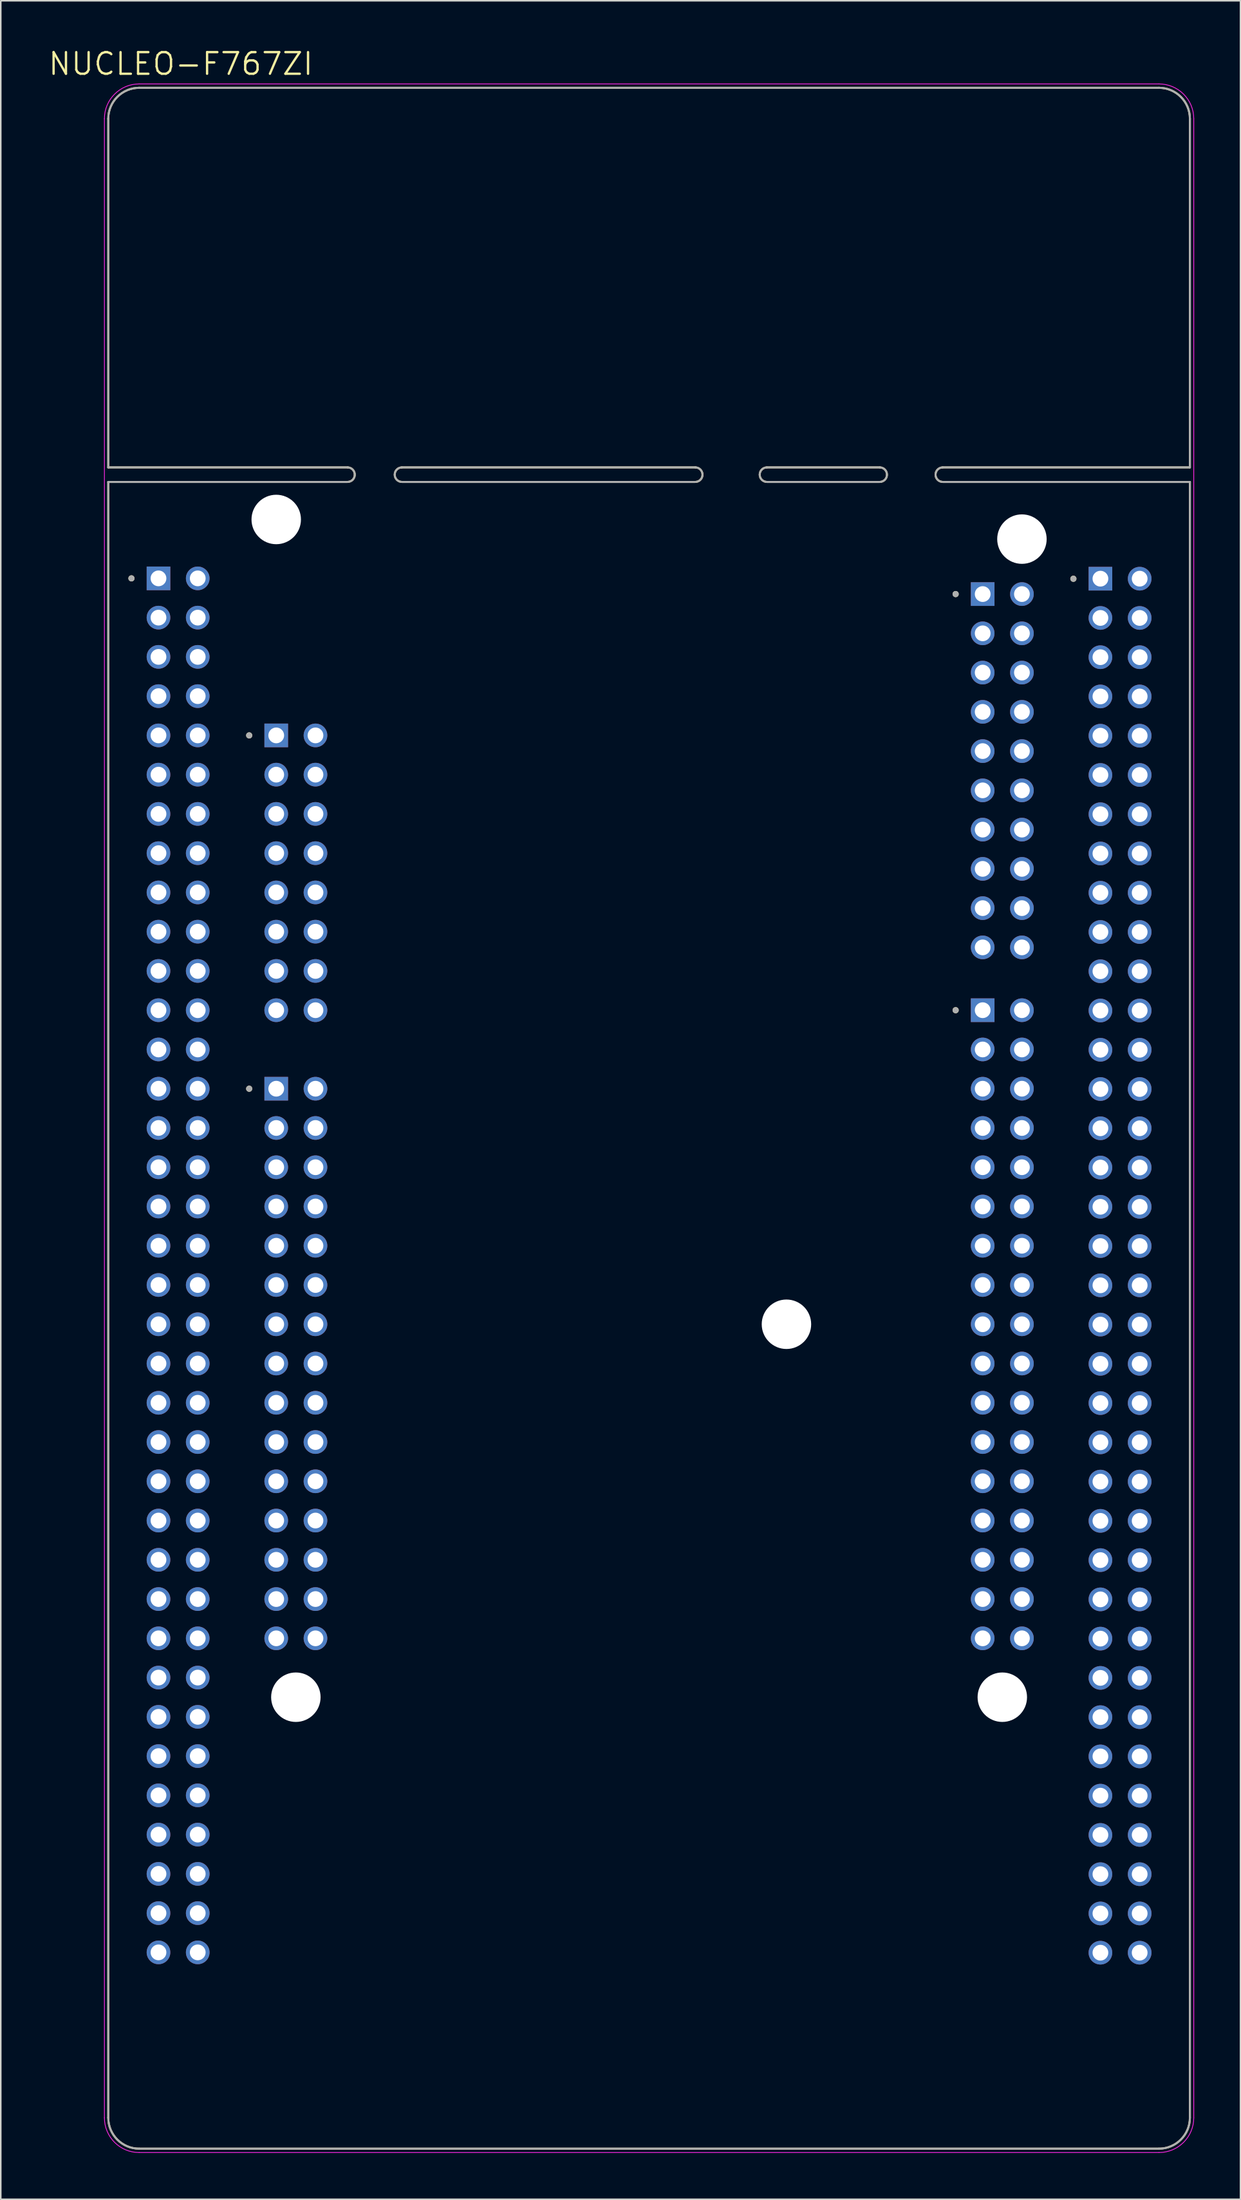
<source format=kicad_pcb>
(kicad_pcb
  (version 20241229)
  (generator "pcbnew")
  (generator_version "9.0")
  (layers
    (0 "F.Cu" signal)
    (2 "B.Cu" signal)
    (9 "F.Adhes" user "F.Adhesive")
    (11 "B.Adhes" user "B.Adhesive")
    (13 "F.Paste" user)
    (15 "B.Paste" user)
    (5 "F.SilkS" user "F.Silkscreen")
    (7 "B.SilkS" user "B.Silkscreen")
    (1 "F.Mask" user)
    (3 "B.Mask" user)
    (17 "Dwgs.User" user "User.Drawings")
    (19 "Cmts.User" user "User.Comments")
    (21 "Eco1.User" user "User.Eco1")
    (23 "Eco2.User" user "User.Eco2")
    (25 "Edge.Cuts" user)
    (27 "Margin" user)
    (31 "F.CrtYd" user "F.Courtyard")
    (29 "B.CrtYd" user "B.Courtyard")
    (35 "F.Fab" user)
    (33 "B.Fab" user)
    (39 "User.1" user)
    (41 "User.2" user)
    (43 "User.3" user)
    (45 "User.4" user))
  (footprint "NUCLEO-F767ZI"
    (layer "F.Cu")
    (at 38.957 69.301)
    (property "Reference" "NUCLEO-F767ZI" (at -30.305 -68.219 0) (layer "F.SilkS") (effects (font (size 1.4 1.4) (thickness 0.15))))
    (attr through_hole)
    (fp_line (start -35 -64.67) (end -35 -42.11) (stroke (width 0.127) (type solid)) (layer "F.SilkS"))
    (fp_line (start -35 -42.11) (end -19.507 -42.11) (stroke (width 0.127) (type solid)) (layer "F.SilkS"))
    (fp_line (start -35 -41.17) (end -35 64.67) (stroke (width 0.127) (type solid)) (layer "F.SilkS"))
    (fp_line (start -35 -41.17) (end -19.507 -41.17) (stroke (width 0.127) (type solid)) (layer "F.SilkS"))
    (fp_line (start -33 66.67) (end 33 66.67) (stroke (width 0.127) (type solid)) (layer "F.SilkS"))
    (fp_line (start -16.002 -42.11) (end 2.997 -42.11) (stroke (width 0.127) (type solid)) (layer "F.SilkS"))
    (fp_line (start -16.002 -41.17) (end 2.997 -41.17) (stroke (width 0.127) (type solid)) (layer "F.SilkS"))
    (fp_line (start 7.62 -42.11) (end 14.935 -42.11) (stroke (width 0.127) (type solid)) (layer "F.SilkS"))
    (fp_line (start 7.62 -41.17) (end 14.935 -41.17) (stroke (width 0.127) (type solid)) (layer "F.SilkS"))
    (fp_line (start 18.999 -42.11) (end 35 -42.11) (stroke (width 0.127) (type solid)) (layer "F.SilkS"))
    (fp_line (start 18.999 -41.17) (end 35 -41.17) (stroke (width 0.127) (type solid)) (layer "F.SilkS"))
    (fp_line (start 33 -66.67) (end -33 -66.67) (stroke (width 0.127) (type solid)) (layer "F.SilkS"))
    (fp_line (start 35 -42.11) (end 35 -64.67) (stroke (width 0.127) (type solid)) (layer "F.SilkS"))
    (fp_line (start 35 64.67) (end 35 -41.17) (stroke (width 0.127) (type solid)) (layer "F.SilkS"))
    (fp_arc (start -35 -64.67) (mid -34.414214 -66.084214) (end -33 -66.67) (stroke (width 0.127) (type solid)) (layer "F.SilkS"))
    (fp_arc (start -33 66.67) (mid -34.414214 66.084214) (end -35 64.67) (stroke (width 0.127) (type solid)) (layer "F.SilkS"))
    (fp_arc (start -19.507199 -42.11) (mid -19.044602 -41.64) (end -19.5072 -41.17) (stroke (width 0.127) (type solid)) (layer "F.SilkS"))
    (fp_arc (start -16.002001 -41.17) (mid -16.464598 -41.64) (end -16.002 -42.11) (stroke (width 0.127) (type solid)) (layer "F.SilkS"))
    (fp_arc (start 2.997201 -42.11) (mid 3.459798 -41.64) (end 2.9972 -41.17) (stroke (width 0.127) (type solid)) (layer "F.SilkS"))
    (fp_arc (start 7.619999 -41.17) (mid 7.157402 -41.64) (end 7.62 -42.11) (stroke (width 0.127) (type solid)) (layer "F.SilkS"))
    (fp_arc (start 14.935201 -42.11) (mid 15.397798 -41.64) (end 14.9352 -41.17) (stroke (width 0.127) (type solid)) (layer "F.SilkS"))
    (fp_arc (start 18.999199 -41.17) (mid 18.536602 -41.64) (end 18.9992 -42.11) (stroke (width 0.127) (type solid)) (layer "F.SilkS"))
    (fp_arc (start 33 -66.67) (mid 34.414214 -66.084214) (end 35 -64.67) (stroke (width 0.127) (type solid)) (layer "F.SilkS"))
    (fp_arc (start 35 64.67) (mid 34.414214 66.084214) (end 33 66.67) (stroke (width 0.127) (type solid)) (layer "F.SilkS"))
    (fp_circle (center -33.5 -34.93) (end -33.4 -34.93) (stroke (width 0.2) (type solid)) (fill no) (layer "F.SilkS"))
    (fp_circle (center -25.88 -24.77) (end -25.78 -24.77) (stroke (width 0.2) (type solid)) (fill no) (layer "F.SilkS"))
    (fp_circle (center -25.88 -1.91) (end -25.78 -1.91) (stroke (width 0.2) (type solid)) (fill no) (layer "F.SilkS"))
    (fp_circle (center 19.84 -33.914) (end 19.94 -33.914) (stroke (width 0.2) (type solid)) (fill no) (layer "F.SilkS"))
    (fp_circle (center 19.84 -6.99) (end 19.94 -6.99) (stroke (width 0.2) (type solid)) (fill no) (layer "F.SilkS"))
    (fp_circle (center 27.46 -34.905) (end 27.56 -34.905) (stroke (width 0.2) (type solid)) (fill no) (layer "F.SilkS"))
    (fp_line (start -35.25 -64.67) (end -35.25 64.67) (stroke (width 0.05) (type solid)) (layer "F.CrtYd"))
    (fp_line (start -33 66.92) (end 33 66.92) (stroke (width 0.05) (type solid)) (layer "F.CrtYd"))
    (fp_line (start 33 -66.92) (end -33 -66.92) (stroke (width 0.05) (type solid)) (layer "F.CrtYd"))
    (fp_line (start 35.25 64.67) (end 35.25 -64.67) (stroke (width 0.05) (type solid)) (layer "F.CrtYd"))
    (fp_arc (start -35.25 -64.67) (mid -34.59099 -66.26099) (end -33 -66.92) (stroke (width 0.05) (type solid)) (layer "F.CrtYd"))
    (fp_arc (start -33 66.92) (mid -34.59099 66.26099) (end -35.25 64.67) (stroke (width 0.05) (type solid)) (layer "F.CrtYd"))
    (fp_arc (start 33 -66.92) (mid 34.59099 -66.26099) (end 35.25 -64.67) (stroke (width 0.05) (type solid)) (layer "F.CrtYd"))
    (fp_arc (start 35.25 64.67) (mid 34.59099 66.26099) (end 33 66.92) (stroke (width 0.05) (type solid)) (layer "F.CrtYd"))
    (fp_line (start -35 -64.67) (end -35 -42.11) (stroke (width 0.127) (type solid)) (layer "F.Fab"))
    (fp_line (start -35 -42.11) (end -19.507 -42.11) (stroke (width 0.127) (type solid)) (layer "F.Fab"))
    (fp_line (start -35 -41.17) (end -35 64.67) (stroke (width 0.127) (type solid)) (layer "F.Fab"))
    (fp_line (start -35 -41.17) (end -19.507 -41.17) (stroke (width 0.127) (type solid)) (layer "F.Fab"))
    (fp_line (start -33 66.67) (end 33 66.67) (stroke (width 0.127) (type solid)) (layer "F.Fab"))
    (fp_line (start -16.002 -42.11) (end 2.997 -42.11) (stroke (width 0.127) (type solid)) (layer "F.Fab"))
    (fp_line (start -16.002 -41.17) (end 2.997 -41.17) (stroke (width 0.127) (type solid)) (layer "F.Fab"))
    (fp_line (start 7.62 -42.11) (end 14.935 -42.11) (stroke (width 0.127) (type solid)) (layer "F.Fab"))
    (fp_line (start 7.62 -41.17) (end 14.935 -41.17) (stroke (width 0.127) (type solid)) (layer "F.Fab"))
    (fp_line (start 18.999 -42.11) (end 35 -42.11) (stroke (width 0.127) (type solid)) (layer "F.Fab"))
    (fp_line (start 18.999 -41.17) (end 35 -41.17) (stroke (width 0.127) (type solid)) (layer "F.Fab"))
    (fp_line (start 33 -66.67) (end -33 -66.67) (stroke (width 0.127) (type solid)) (layer "F.Fab"))
    (fp_line (start 35 -42.11) (end 35 -64.67) (stroke (width 0.127) (type solid)) (layer "F.Fab"))
    (fp_line (start 35 64.67) (end 35 -41.17) (stroke (width 0.127) (type solid)) (layer "F.Fab"))
    (fp_arc (start -35 -64.67) (mid -34.414214 -66.084214) (end -33 -66.67) (stroke (width 0.127) (type solid)) (layer "F.Fab"))
    (fp_arc (start -33 66.67) (mid -34.414214 66.084214) (end -35 64.67) (stroke (width 0.127) (type solid)) (layer "F.Fab"))
    (fp_arc (start -19.507199 -42.11) (mid -19.044602 -41.64) (end -19.5072 -41.17) (stroke (width 0.127) (type solid)) (layer "F.Fab"))
    (fp_arc (start -16.002001 -41.17) (mid -16.464598 -41.64) (end -16.002 -42.11) (stroke (width 0.127) (type solid)) (layer "F.Fab"))
    (fp_arc (start 2.997201 -42.11) (mid 3.459798 -41.64) (end 2.9972 -41.17) (stroke (width 0.127) (type solid)) (layer "F.Fab"))
    (fp_arc (start 7.619999 -41.17) (mid 7.157402 -41.64) (end 7.62 -42.11) (stroke (width 0.127) (type solid)) (layer "F.Fab"))
    (fp_arc (start 14.935201 -42.11) (mid 15.397798 -41.64) (end 14.9352 -41.17) (stroke (width 0.127) (type solid)) (layer "F.Fab"))
    (fp_arc (start 18.999199 -41.17) (mid 18.536602 -41.64) (end 18.9992 -42.11) (stroke (width 0.127) (type solid)) (layer "F.Fab"))
    (fp_arc (start 33 -66.67) (mid 34.414214 -66.084214) (end 35 -64.67) (stroke (width 0.127) (type solid)) (layer "F.Fab"))
    (fp_arc (start 35 64.67) (mid 34.414214 66.084214) (end 33 66.67) (stroke (width 0.127) (type solid)) (layer "F.Fab"))
    (fp_circle (center -33.5 -34.93) (end -33.4 -34.93) (stroke (width 0.2) (type solid)) (fill no) (layer "F.Fab"))
    (fp_circle (center -25.88 -24.77) (end -25.78 -24.77) (stroke (width 0.2) (type solid)) (fill no) (layer "F.Fab"))
    (fp_circle (center -25.88 -1.91) (end -25.78 -1.91) (stroke (width 0.2) (type solid)) (fill no) (layer "F.Fab"))
    (fp_circle (center 19.84 -33.914) (end 19.94 -33.914) (stroke (width 0.2) (type solid)) (fill no) (layer "F.Fab"))
    (fp_circle (center 19.84 -6.99) (end 19.94 -6.99) (stroke (width 0.2) (type solid)) (fill no) (layer "F.Fab"))
    (fp_circle (center 27.46 -34.905) (end 27.56 -34.905) (stroke (width 0.2) (type solid)) (fill no) (layer "F.Fab"))
    (pad "" np_thru_hole circle (at -24.13 -38.74) (size 3.2 3.2) (drill 3.2) (layers "*.Cu" "*.Mask"))
    (pad "" np_thru_hole circle (at -22.86 37.46) (size 3.2 3.2) (drill 3.2) (layers "*.Cu" "*.Mask"))
    (pad "" np_thru_hole circle (at 8.89 13.33) (size 3.2 3.2) (drill 3.2) (layers "*.Cu" "*.Mask"))
    (pad "" np_thru_hole circle (at 22.86 37.46) (size 3.2 3.2) (drill 3.2) (layers "*.Cu" "*.Mask"))
    (pad "" np_thru_hole circle (at 24.13 -37.47) (size 3.2 3.2) (drill 3.2) (layers "*.Cu" "*.Mask"))
    (pad "CN7_1" thru_hole rect (at 21.59 -33.914) (size 1.53 1.53) (drill 1.02) (layers "*.Cu" "*.Mask"))
    (pad "CN7_2" thru_hole circle (at 24.13 -33.914) (size 1.53 1.53) (drill 1.02) (layers "*.Cu" "*.Mask"))
    (pad "CN7_3" thru_hole circle (at 21.59 -31.374) (size 1.53 1.53) (drill 1.02) (layers "*.Cu" "*.Mask"))
    (pad "CN7_4" thru_hole circle (at 24.13 -31.374) (size 1.53 1.53) (drill 1.02) (layers "*.Cu" "*.Mask"))
    (pad "CN7_5" thru_hole circle (at 21.59 -28.834) (size 1.53 1.53) (drill 1.02) (layers "*.Cu" "*.Mask"))
    (pad "CN7_6" thru_hole circle (at 24.13 -28.834) (size 1.53 1.53) (drill 1.02) (layers "*.Cu" "*.Mask"))
    (pad "CN7_7" thru_hole circle (at 21.59 -26.294) (size 1.53 1.53) (drill 1.02) (layers "*.Cu" "*.Mask"))
    (pad "CN7_8" thru_hole circle (at 24.13 -26.294) (size 1.53 1.53) (drill 1.02) (layers "*.Cu" "*.Mask"))
    (pad "CN7_9" thru_hole circle (at 21.59 -23.754) (size 1.53 1.53) (drill 1.02) (layers "*.Cu" "*.Mask"))
    (pad "CN7_10" thru_hole circle (at 24.13 -23.754) (size 1.53 1.53) (drill 1.02) (layers "*.Cu" "*.Mask"))
    (pad "CN7_11" thru_hole circle (at 21.59 -21.214) (size 1.53 1.53) (drill 1.02) (layers "*.Cu" "*.Mask"))
    (pad "CN7_12" thru_hole circle (at 24.13 -21.214) (size 1.53 1.53) (drill 1.02) (layers "*.Cu" "*.Mask"))
    (pad "CN7_13" thru_hole circle (at 21.59 -18.674) (size 1.53 1.53) (drill 1.02) (layers "*.Cu" "*.Mask"))
    (pad "CN7_14" thru_hole circle (at 24.13 -18.674) (size 1.53 1.53) (drill 1.02) (layers "*.Cu" "*.Mask"))
    (pad "CN7_15" thru_hole circle (at 21.59 -16.134) (size 1.53 1.53) (drill 1.02) (layers "*.Cu" "*.Mask"))
    (pad "CN7_16" thru_hole circle (at 24.13 -16.134) (size 1.53 1.53) (drill 1.02) (layers "*.Cu" "*.Mask"))
    (pad "CN7_17" thru_hole circle (at 21.59 -13.594) (size 1.53 1.53) (drill 1.02) (layers "*.Cu" "*.Mask"))
    (pad "CN7_18" thru_hole circle (at 24.13 -13.594) (size 1.53 1.53) (drill 1.02) (layers "*.Cu" "*.Mask"))
    (pad "CN7_19" thru_hole circle (at 21.59 -11.054) (size 1.53 1.53) (drill 1.02) (layers "*.Cu" "*.Mask"))
    (pad "CN7_20" thru_hole circle (at 24.13 -11.054) (size 1.53 1.53) (drill 1.02) (layers "*.Cu" "*.Mask"))
    (pad "CN8_1" thru_hole rect (at -24.13 -24.77) (size 1.53 1.53) (drill 1.02) (layers "*.Cu" "*.Mask"))
    (pad "CN8_2" thru_hole circle (at -21.59 -24.77) (size 1.53 1.53) (drill 1.02) (layers "*.Cu" "*.Mask"))
    (pad "CN8_3" thru_hole circle (at -24.13 -22.23) (size 1.53 1.53) (drill 1.02) (layers "*.Cu" "*.Mask"))
    (pad "CN8_4" thru_hole circle (at -21.59 -22.23) (size 1.53 1.53) (drill 1.02) (layers "*.Cu" "*.Mask"))
    (pad "CN8_5" thru_hole circle (at -24.13 -19.69) (size 1.53 1.53) (drill 1.02) (layers "*.Cu" "*.Mask"))
    (pad "CN8_6" thru_hole circle (at -21.59 -19.69) (size 1.53 1.53) (drill 1.02) (layers "*.Cu" "*.Mask"))
    (pad "CN8_7" thru_hole circle (at -24.13 -17.15) (size 1.53 1.53) (drill 1.02) (layers "*.Cu" "*.Mask"))
    (pad "CN8_8" thru_hole circle (at -21.59 -17.15) (size 1.53 1.53) (drill 1.02) (layers "*.Cu" "*.Mask"))
    (pad "CN8_9" thru_hole circle (at -24.13 -14.61) (size 1.53 1.53) (drill 1.02) (layers "*.Cu" "*.Mask"))
    (pad "CN8_10" thru_hole circle (at -21.59 -14.61) (size 1.53 1.53) (drill 1.02) (layers "*.Cu" "*.Mask"))
    (pad "CN8_11" thru_hole circle (at -24.13 -12.07) (size 1.53 1.53) (drill 1.02) (layers "*.Cu" "*.Mask"))
    (pad "CN8_12" thru_hole circle (at -21.59 -12.07) (size 1.53 1.53) (drill 1.02) (layers "*.Cu" "*.Mask"))
    (pad "CN8_13" thru_hole circle (at -24.13 -9.53) (size 1.53 1.53) (drill 1.02) (layers "*.Cu" "*.Mask"))
    (pad "CN8_14" thru_hole circle (at -21.59 -9.53) (size 1.53 1.53) (drill 1.02) (layers "*.Cu" "*.Mask"))
    (pad "CN8_15" thru_hole circle (at -24.13 -6.99) (size 1.53 1.53) (drill 1.02) (layers "*.Cu" "*.Mask"))
    (pad "CN8_16" thru_hole circle (at -21.59 -6.99) (size 1.53 1.53) (drill 1.02) (layers "*.Cu" "*.Mask"))
    (pad "CN9_1" thru_hole rect (at -24.13 -1.91) (size 1.53 1.53) (drill 1.02) (layers "*.Cu" "*.Mask"))
    (pad "CN9_2" thru_hole circle (at -21.59 -1.91) (size 1.53 1.53) (drill 1.02) (layers "*.Cu" "*.Mask"))
    (pad "CN9_3" thru_hole circle (at -24.13 0.63) (size 1.53 1.53) (drill 1.02) (layers "*.Cu" "*.Mask"))
    (pad "CN9_4" thru_hole circle (at -21.59 0.63) (size 1.53 1.53) (drill 1.02) (layers "*.Cu" "*.Mask"))
    (pad "CN9_5" thru_hole circle (at -24.13 3.17) (size 1.53 1.53) (drill 1.02) (layers "*.Cu" "*.Mask"))
    (pad "CN9_6" thru_hole circle (at -21.59 3.17) (size 1.53 1.53) (drill 1.02) (layers "*.Cu" "*.Mask"))
    (pad "CN9_7" thru_hole circle (at -24.13 5.71) (size 1.53 1.53) (drill 1.02) (layers "*.Cu" "*.Mask"))
    (pad "CN9_8" thru_hole circle (at -21.59 5.71) (size 1.53 1.53) (drill 1.02) (layers "*.Cu" "*.Mask"))
    (pad "CN9_9" thru_hole circle (at -24.13 8.25) (size 1.53 1.53) (drill 1.02) (layers "*.Cu" "*.Mask"))
    (pad "CN9_10" thru_hole circle (at -21.59 8.25) (size 1.53 1.53) (drill 1.02) (layers "*.Cu" "*.Mask"))
    (pad "CN9_11" thru_hole circle (at -24.13 10.79) (size 1.53 1.53) (drill 1.02) (layers "*.Cu" "*.Mask"))
    (pad "CN9_12" thru_hole circle (at -21.59 10.79) (size 1.53 1.53) (drill 1.02) (layers "*.Cu" "*.Mask"))
    (pad "CN9_13" thru_hole circle (at -24.13 13.33) (size 1.53 1.53) (drill 1.02) (layers "*.Cu" "*.Mask"))
    (pad "CN9_14" thru_hole circle (at -21.59 13.33) (size 1.53 1.53) (drill 1.02) (layers "*.Cu" "*.Mask"))
    (pad "CN9_15" thru_hole circle (at -24.13 15.87) (size 1.53 1.53) (drill 1.02) (layers "*.Cu" "*.Mask"))
    (pad "CN9_16" thru_hole circle (at -21.59 15.87) (size 1.53 1.53) (drill 1.02) (layers "*.Cu" "*.Mask"))
    (pad "CN9_17" thru_hole circle (at -24.13 18.41) (size 1.53 1.53) (drill 1.02) (layers "*.Cu" "*.Mask"))
    (pad "CN9_18" thru_hole circle (at -21.59 18.41) (size 1.53 1.53) (drill 1.02) (layers "*.Cu" "*.Mask"))
    (pad "CN9_19" thru_hole circle (at -24.13 20.95) (size 1.53 1.53) (drill 1.02) (layers "*.Cu" "*.Mask"))
    (pad "CN9_20" thru_hole circle (at -21.59 20.95) (size 1.53 1.53) (drill 1.02) (layers "*.Cu" "*.Mask"))
    (pad "CN9_21" thru_hole circle (at -24.13 23.49) (size 1.53 1.53) (drill 1.02) (layers "*.Cu" "*.Mask"))
    (pad "CN9_22" thru_hole circle (at -21.59 23.49) (size 1.53 1.53) (drill 1.02) (layers "*.Cu" "*.Mask"))
    (pad "CN9_23" thru_hole circle (at -24.13 26.03) (size 1.53 1.53) (drill 1.02) (layers "*.Cu" "*.Mask"))
    (pad "CN9_24" thru_hole circle (at -21.59 26.03) (size 1.53 1.53) (drill 1.02) (layers "*.Cu" "*.Mask"))
    (pad "CN9_25" thru_hole circle (at -24.13 28.57) (size 1.53 1.53) (drill 1.02) (layers "*.Cu" "*.Mask"))
    (pad "CN9_26" thru_hole circle (at -21.59 28.57) (size 1.53 1.53) (drill 1.02) (layers "*.Cu" "*.Mask"))
    (pad "CN9_27" thru_hole circle (at -24.13 31.11) (size 1.53 1.53) (drill 1.02) (layers "*.Cu" "*.Mask"))
    (pad "CN9_28" thru_hole circle (at -21.59 31.11) (size 1.53 1.53) (drill 1.02) (layers "*.Cu" "*.Mask"))
    (pad "CN9_29" thru_hole circle (at -24.13 33.65) (size 1.53 1.53) (drill 1.02) (layers "*.Cu" "*.Mask"))
    (pad "CN9_30" thru_hole circle (at -21.59 33.65) (size 1.53 1.53) (drill 1.02) (layers "*.Cu" "*.Mask"))
    (pad "CN10_1" thru_hole rect (at 21.59 -6.99) (size 1.53 1.53) (drill 1.02) (layers "*.Cu" "*.Mask"))
    (pad "CN10_2" thru_hole circle (at 24.13 -6.99) (size 1.53 1.53) (drill 1.02) (layers "*.Cu" "*.Mask"))
    (pad "CN10_3" thru_hole circle (at 21.59 -4.45) (size 1.53 1.53) (drill 1.02) (layers "*.Cu" "*.Mask"))
    (pad "CN10_4" thru_hole circle (at 24.13 -4.45) (size 1.53 1.53) (drill 1.02) (layers "*.Cu" "*.Mask"))
    (pad "CN10_5" thru_hole circle (at 21.59 -1.91) (size 1.53 1.53) (drill 1.02) (layers "*.Cu" "*.Mask"))
    (pad "CN10_6" thru_hole circle (at 24.13 -1.91) (size 1.53 1.53) (drill 1.02) (layers "*.Cu" "*.Mask"))
    (pad "CN10_7" thru_hole circle (at 21.59 0.63) (size 1.53 1.53) (drill 1.02) (layers "*.Cu" "*.Mask"))
    (pad "CN10_8" thru_hole circle (at 24.13 0.63) (size 1.53 1.53) (drill 1.02) (layers "*.Cu" "*.Mask"))
    (pad "CN10_9" thru_hole circle (at 21.59 3.17) (size 1.53 1.53) (drill 1.02) (layers "*.Cu" "*.Mask"))
    (pad "CN10_10" thru_hole circle (at 24.13 3.17) (size 1.53 1.53) (drill 1.02) (layers "*.Cu" "*.Mask"))
    (pad "CN10_11" thru_hole circle (at 21.59 5.71) (size 1.53 1.53) (drill 1.02) (layers "*.Cu" "*.Mask"))
    (pad "CN10_12" thru_hole circle (at 24.13 5.71) (size 1.53 1.53) (drill 1.02) (layers "*.Cu" "*.Mask"))
    (pad "CN10_13" thru_hole circle (at 21.59 8.25) (size 1.53 1.53) (drill 1.02) (layers "*.Cu" "*.Mask"))
    (pad "CN10_14" thru_hole circle (at 24.13 8.25) (size 1.53 1.53) (drill 1.02) (layers "*.Cu" "*.Mask"))
    (pad "CN10_15" thru_hole circle (at 21.59 10.79) (size 1.53 1.53) (drill 1.02) (layers "*.Cu" "*.Mask"))
    (pad "CN10_16" thru_hole circle (at 24.13 10.79) (size 1.53 1.53) (drill 1.02) (layers "*.Cu" "*.Mask"))
    (pad "CN10_17" thru_hole circle (at 21.59 13.33) (size 1.53 1.53) (drill 1.02) (layers "*.Cu" "*.Mask"))
    (pad "CN10_18" thru_hole circle (at 24.13 13.33) (size 1.53 1.53) (drill 1.02) (layers "*.Cu" "*.Mask"))
    (pad "CN10_19" thru_hole circle (at 21.59 15.87) (size 1.53 1.53) (drill 1.02) (layers "*.Cu" "*.Mask"))
    (pad "CN10_20" thru_hole circle (at 24.13 15.87) (size 1.53 1.53) (drill 1.02) (layers "*.Cu" "*.Mask"))
    (pad "CN10_21" thru_hole circle (at 21.59 18.41) (size 1.53 1.53) (drill 1.02) (layers "*.Cu" "*.Mask"))
    (pad "CN10_22" thru_hole circle (at 24.13 18.41) (size 1.53 1.53) (drill 1.02) (layers "*.Cu" "*.Mask"))
    (pad "CN10_23" thru_hole circle (at 21.59 20.95) (size 1.53 1.53) (drill 1.02) (layers "*.Cu" "*.Mask"))
    (pad "CN10_24" thru_hole circle (at 24.13 20.95) (size 1.53 1.53) (drill 1.02) (layers "*.Cu" "*.Mask"))
    (pad "CN10_25" thru_hole circle (at 21.59 23.49) (size 1.53 1.53) (drill 1.02) (layers "*.Cu" "*.Mask"))
    (pad "CN10_26" thru_hole circle (at 24.13 23.49) (size 1.53 1.53) (drill 1.02) (layers "*.Cu" "*.Mask"))
    (pad "CN10_27" thru_hole circle (at 21.59 26.03) (size 1.53 1.53) (drill 1.02) (layers "*.Cu" "*.Mask"))
    (pad "CN10_28" thru_hole circle (at 24.13 26.03) (size 1.53 1.53) (drill 1.02) (layers "*.Cu" "*.Mask"))
    (pad "CN10_29" thru_hole circle (at 21.59 28.57) (size 1.53 1.53) (drill 1.02) (layers "*.Cu" "*.Mask"))
    (pad "CN10_30" thru_hole circle (at 24.13 28.57) (size 1.53 1.53) (drill 1.02) (layers "*.Cu" "*.Mask"))
    (pad "CN10_31" thru_hole circle (at 21.59 31.11) (size 1.53 1.53) (drill 1.02) (layers "*.Cu" "*.Mask"))
    (pad "CN10_32" thru_hole circle (at 24.13 31.11) (size 1.53 1.53) (drill 1.02) (layers "*.Cu" "*.Mask"))
    (pad "CN10_33" thru_hole circle (at 21.59 33.65) (size 1.53 1.53) (drill 1.02) (layers "*.Cu" "*.Mask"))
    (pad "CN10_34" thru_hole circle (at 24.13 33.65) (size 1.53 1.53) (drill 1.02) (layers "*.Cu" "*.Mask"))
    (pad "CN11_1" thru_hole rect (at -31.75 -34.93) (size 1.53 1.53) (drill 1.02) (layers "*.Cu" "*.Mask"))
    (pad "CN11_2" thru_hole circle (at -29.21 -34.93) (size 1.53 1.53) (drill 1.02) (layers "*.Cu" "*.Mask"))
    (pad "CN11_3" thru_hole circle (at -31.75 -32.39) (size 1.53 1.53) (drill 1.02) (layers "*.Cu" "*.Mask"))
    (pad "CN11_4" thru_hole circle (at -29.21 -32.39) (size 1.53 1.53) (drill 1.02) (layers "*.Cu" "*.Mask"))
    (pad "CN11_5" thru_hole circle (at -31.75 -29.85) (size 1.53 1.53) (drill 1.02) (layers "*.Cu" "*.Mask"))
    (pad "CN11_6" thru_hole circle (at -29.21 -29.85) (size 1.53 1.53) (drill 1.02) (layers "*.Cu" "*.Mask"))
    (pad "CN11_7" thru_hole circle (at -31.75 -27.31) (size 1.53 1.53) (drill 1.02) (layers "*.Cu" "*.Mask"))
    (pad "CN11_8" thru_hole circle (at -29.21 -27.31) (size 1.53 1.53) (drill 1.02) (layers "*.Cu" "*.Mask"))
    (pad "CN11_9" thru_hole circle (at -31.75 -24.77) (size 1.53 1.53) (drill 1.02) (layers "*.Cu" "*.Mask"))
    (pad "CN11_10" thru_hole circle (at -29.21 -24.77) (size 1.53 1.53) (drill 1.02) (layers "*.Cu" "*.Mask"))
    (pad "CN11_11" thru_hole circle (at -31.75 -22.23) (size 1.53 1.53) (drill 1.02) (layers "*.Cu" "*.Mask"))
    (pad "CN11_12" thru_hole circle (at -29.21 -22.23) (size 1.53 1.53) (drill 1.02) (layers "*.Cu" "*.Mask"))
    (pad "CN11_13" thru_hole circle (at -31.75 -19.69) (size 1.53 1.53) (drill 1.02) (layers "*.Cu" "*.Mask"))
    (pad "CN11_14" thru_hole circle (at -29.21 -19.69) (size 1.53 1.53) (drill 1.02) (layers "*.Cu" "*.Mask"))
    (pad "CN11_15" thru_hole circle (at -31.75 -17.15) (size 1.53 1.53) (drill 1.02) (layers "*.Cu" "*.Mask"))
    (pad "CN11_16" thru_hole circle (at -29.21 -17.15) (size 1.53 1.53) (drill 1.02) (layers "*.Cu" "*.Mask"))
    (pad "CN11_17" thru_hole circle (at -31.75 -14.61) (size 1.53 1.53) (drill 1.02) (layers "*.Cu" "*.Mask"))
    (pad "CN11_18" thru_hole circle (at -29.21 -14.61) (size 1.53 1.53) (drill 1.02) (layers "*.Cu" "*.Mask"))
    (pad "CN11_19" thru_hole circle (at -31.75 -12.07) (size 1.53 1.53) (drill 1.02) (layers "*.Cu" "*.Mask"))
    (pad "CN11_20" thru_hole circle (at -29.21 -12.07) (size 1.53 1.53) (drill 1.02) (layers "*.Cu" "*.Mask"))
    (pad "CN11_21" thru_hole circle (at -31.75 -9.53) (size 1.53 1.53) (drill 1.02) (layers "*.Cu" "*.Mask"))
    (pad "CN11_22" thru_hole circle (at -29.21 -9.53) (size 1.53 1.53) (drill 1.02) (layers "*.Cu" "*.Mask"))
    (pad "CN11_23" thru_hole circle (at -31.75 -6.99) (size 1.53 1.53) (drill 1.02) (layers "*.Cu" "*.Mask"))
    (pad "CN11_24" thru_hole circle (at -29.21 -6.99) (size 1.53 1.53) (drill 1.02) (layers "*.Cu" "*.Mask"))
    (pad "CN11_25" thru_hole circle (at -31.75 -4.45) (size 1.53 1.53) (drill 1.02) (layers "*.Cu" "*.Mask"))
    (pad "CN11_26" thru_hole circle (at -29.21 -4.45) (size 1.53 1.53) (drill 1.02) (layers "*.Cu" "*.Mask"))
    (pad "CN11_27" thru_hole circle (at -31.75 -1.91) (size 1.53 1.53) (drill 1.02) (layers "*.Cu" "*.Mask"))
    (pad "CN11_28" thru_hole circle (at -29.21 -1.91) (size 1.53 1.53) (drill 1.02) (layers "*.Cu" "*.Mask"))
    (pad "CN11_29" thru_hole circle (at -31.75 0.63) (size 1.53 1.53) (drill 1.02) (layers "*.Cu" "*.Mask"))
    (pad "CN11_30" thru_hole circle (at -29.21 0.63) (size 1.53 1.53) (drill 1.02) (layers "*.Cu" "*.Mask"))
    (pad "CN11_31" thru_hole circle (at -31.75 3.17) (size 1.53 1.53) (drill 1.02) (layers "*.Cu" "*.Mask"))
    (pad "CN11_32" thru_hole circle (at -29.21 3.17) (size 1.53 1.53) (drill 1.02) (layers "*.Cu" "*.Mask"))
    (pad "CN11_33" thru_hole circle (at -31.75 5.71) (size 1.53 1.53) (drill 1.02) (layers "*.Cu" "*.Mask"))
    (pad "CN11_34" thru_hole circle (at -29.21 5.71) (size 1.53 1.53) (drill 1.02) (layers "*.Cu" "*.Mask"))
    (pad "CN11_35" thru_hole circle (at -31.75 8.25) (size 1.53 1.53) (drill 1.02) (layers "*.Cu" "*.Mask"))
    (pad "CN11_36" thru_hole circle (at -29.21 8.25) (size 1.53 1.53) (drill 1.02) (layers "*.Cu" "*.Mask"))
    (pad "CN11_37" thru_hole circle (at -31.75 10.79) (size 1.53 1.53) (drill 1.02) (layers "*.Cu" "*.Mask"))
    (pad "CN11_38" thru_hole circle (at -29.21 10.79) (size 1.53 1.53) (drill 1.02) (layers "*.Cu" "*.Mask"))
    (pad "CN11_39" thru_hole circle (at -31.75 13.33) (size 1.53 1.53) (drill 1.02) (layers "*.Cu" "*.Mask"))
    (pad "CN11_40" thru_hole circle (at -29.21 13.33) (size 1.53 1.53) (drill 1.02) (layers "*.Cu" "*.Mask"))
    (pad "CN11_41" thru_hole circle (at -31.75 15.87) (size 1.53 1.53) (drill 1.02) (layers "*.Cu" "*.Mask"))
    (pad "CN11_42" thru_hole circle (at -29.21 15.87) (size 1.53 1.53) (drill 1.02) (layers "*.Cu" "*.Mask"))
    (pad "CN11_43" thru_hole circle (at -31.75 18.41) (size 1.53 1.53) (drill 1.02) (layers "*.Cu" "*.Mask"))
    (pad "CN11_44" thru_hole circle (at -29.21 18.41) (size 1.53 1.53) (drill 1.02) (layers "*.Cu" "*.Mask"))
    (pad "CN11_45" thru_hole circle (at -31.75 20.95) (size 1.53 1.53) (drill 1.02) (layers "*.Cu" "*.Mask"))
    (pad "CN11_46" thru_hole circle (at -29.21 20.95) (size 1.53 1.53) (drill 1.02) (layers "*.Cu" "*.Mask"))
    (pad "CN11_47" thru_hole circle (at -31.75 23.49) (size 1.53 1.53) (drill 1.02) (layers "*.Cu" "*.Mask"))
    (pad "CN11_48" thru_hole circle (at -29.21 23.49) (size 1.53 1.53) (drill 1.02) (layers "*.Cu" "*.Mask"))
    (pad "CN11_49" thru_hole circle (at -31.75 26.03) (size 1.53 1.53) (drill 1.02) (layers "*.Cu" "*.Mask"))
    (pad "CN11_50" thru_hole circle (at -29.21 26.03) (size 1.53 1.53) (drill 1.02) (layers "*.Cu" "*.Mask"))
    (pad "CN11_51" thru_hole circle (at -31.75 28.57) (size 1.53 1.53) (drill 1.02) (layers "*.Cu" "*.Mask"))
    (pad "CN11_52" thru_hole circle (at -29.21 28.57) (size 1.53 1.53) (drill 1.02) (layers "*.Cu" "*.Mask"))
    (pad "CN11_53" thru_hole circle (at -31.75 31.11) (size 1.53 1.53) (drill 1.02) (layers "*.Cu" "*.Mask"))
    (pad "CN11_54" thru_hole circle (at -29.21 31.11) (size 1.53 1.53) (drill 1.02) (layers "*.Cu" "*.Mask"))
    (pad "CN11_55" thru_hole circle (at -31.75 33.65) (size 1.53 1.53) (drill 1.02) (layers "*.Cu" "*.Mask"))
    (pad "CN11_56" thru_hole circle (at -29.21 33.65) (size 1.53 1.53) (drill 1.02) (layers "*.Cu" "*.Mask"))
    (pad "CN11_57" thru_hole circle (at -31.75 36.19) (size 1.53 1.53) (drill 1.02) (layers "*.Cu" "*.Mask"))
    (pad "CN11_58" thru_hole circle (at -29.21 36.19) (size 1.53 1.53) (drill 1.02) (layers "*.Cu" "*.Mask"))
    (pad "CN11_59" thru_hole circle (at -31.75 38.73) (size 1.53 1.53) (drill 1.02) (layers "*.Cu" "*.Mask"))
    (pad "CN11_60" thru_hole circle (at -29.21 38.73) (size 1.53 1.53) (drill 1.02) (layers "*.Cu" "*.Mask"))
    (pad "CN11_61" thru_hole circle (at -31.75 41.27) (size 1.53 1.53) (drill 1.02) (layers "*.Cu" "*.Mask"))
    (pad "CN11_62" thru_hole circle (at -29.21 41.27) (size 1.53 1.53) (drill 1.02) (layers "*.Cu" "*.Mask"))
    (pad "CN11_63" thru_hole circle (at -31.75 43.81) (size 1.53 1.53) (drill 1.02) (layers "*.Cu" "*.Mask"))
    (pad "CN11_64" thru_hole circle (at -29.21 43.81) (size 1.53 1.53) (drill 1.02) (layers "*.Cu" "*.Mask"))
    (pad "CN11_65" thru_hole circle (at -31.75 46.35) (size 1.53 1.53) (drill 1.02) (layers "*.Cu" "*.Mask"))
    (pad "CN11_66" thru_hole circle (at -29.21 46.35) (size 1.53 1.53) (drill 1.02) (layers "*.Cu" "*.Mask"))
    (pad "CN11_67" thru_hole circle (at -31.75 48.89) (size 1.53 1.53) (drill 1.02) (layers "*.Cu" "*.Mask"))
    (pad "CN11_68" thru_hole circle (at -29.21 48.89) (size 1.53 1.53) (drill 1.02) (layers "*.Cu" "*.Mask"))
    (pad "CN11_69" thru_hole circle (at -31.75 51.43) (size 1.53 1.53) (drill 1.02) (layers "*.Cu" "*.Mask"))
    (pad "CN11_70" thru_hole circle (at -29.21 51.43) (size 1.53 1.53) (drill 1.02) (layers "*.Cu" "*.Mask"))
    (pad "CN11_71" thru_hole circle (at -31.75 53.97) (size 1.53 1.53) (drill 1.02) (layers "*.Cu" "*.Mask"))
    (pad "CN11_72" thru_hole circle (at -29.21 53.97) (size 1.53 1.53) (drill 1.02) (layers "*.Cu" "*.Mask"))
    (pad "CN12_1" thru_hole rect (at 29.21 -34.91) (size 1.53 1.53) (drill 1.02) (layers "*.Cu" "*.Mask"))
    (pad "CN12_2" thru_hole circle (at 31.75 -34.91) (size 1.53 1.53) (drill 1.02) (layers "*.Cu" "*.Mask"))
    (pad "CN12_3" thru_hole circle (at 29.21 -32.37) (size 1.53 1.53) (drill 1.02) (layers "*.Cu" "*.Mask"))
    (pad "CN12_4" thru_hole circle (at 31.75 -32.37) (size 1.53 1.53) (drill 1.02) (layers "*.Cu" "*.Mask"))
    (pad "CN12_5" thru_hole circle (at 29.21 -29.83) (size 1.53 1.53) (drill 1.02) (layers "*.Cu" "*.Mask"))
    (pad "CN12_6" thru_hole circle (at 31.75 -29.83) (size 1.53 1.53) (drill 1.02) (layers "*.Cu" "*.Mask"))
    (pad "CN12_7" thru_hole circle (at 29.21 -27.29) (size 1.53 1.53) (drill 1.02) (layers "*.Cu" "*.Mask"))
    (pad "CN12_8" thru_hole circle (at 31.75 -27.29) (size 1.53 1.53) (drill 1.02) (layers "*.Cu" "*.Mask"))
    (pad "CN12_9" thru_hole circle (at 29.21 -24.75) (size 1.53 1.53) (drill 1.02) (layers "*.Cu" "*.Mask"))
    (pad "CN12_10" thru_hole circle (at 31.75 -24.75) (size 1.53 1.53) (drill 1.02) (layers "*.Cu" "*.Mask"))
    (pad "CN12_11" thru_hole circle (at 29.21 -22.21) (size 1.53 1.53) (drill 1.02) (layers "*.Cu" "*.Mask"))
    (pad "CN12_12" thru_hole circle (at 31.75 -22.21) (size 1.53 1.53) (drill 1.02) (layers "*.Cu" "*.Mask"))
    (pad "CN12_13" thru_hole circle (at 29.21 -19.67) (size 1.53 1.53) (drill 1.02) (layers "*.Cu" "*.Mask"))
    (pad "CN12_14" thru_hole circle (at 31.75 -19.67) (size 1.53 1.53) (drill 1.02) (layers "*.Cu" "*.Mask"))
    (pad "CN12_15" thru_hole circle (at 29.21 -17.13) (size 1.53 1.53) (drill 1.02) (layers "*.Cu" "*.Mask"))
    (pad "CN12_16" thru_hole circle (at 31.75 -17.13) (size 1.53 1.53) (drill 1.02) (layers "*.Cu" "*.Mask"))
    (pad "CN12_17" thru_hole circle (at 29.21 -14.59) (size 1.53 1.53) (drill 1.02) (layers "*.Cu" "*.Mask"))
    (pad "CN12_18" thru_hole circle (at 31.75 -14.59) (size 1.53 1.53) (drill 1.02) (layers "*.Cu" "*.Mask"))
    (pad "CN12_19" thru_hole circle (at 29.21 -12.05) (size 1.53 1.53) (drill 1.02) (layers "*.Cu" "*.Mask"))
    (pad "CN12_20" thru_hole circle (at 31.75 -12.05) (size 1.53 1.53) (drill 1.02) (layers "*.Cu" "*.Mask"))
    (pad "CN12_21" thru_hole circle (at 29.21 -9.51) (size 1.53 1.53) (drill 1.02) (layers "*.Cu" "*.Mask"))
    (pad "CN12_22" thru_hole circle (at 31.75 -9.51) (size 1.53 1.53) (drill 1.02) (layers "*.Cu" "*.Mask"))
    (pad "CN12_23" thru_hole circle (at 29.21 -6.97) (size 1.53 1.53) (drill 1.02) (layers "*.Cu" "*.Mask"))
    (pad "CN12_24" thru_hole circle (at 31.75 -6.97) (size 1.53 1.53) (drill 1.02) (layers "*.Cu" "*.Mask"))
    (pad "CN12_25" thru_hole circle (at 29.21 -4.43) (size 1.53 1.53) (drill 1.02) (layers "*.Cu" "*.Mask"))
    (pad "CN12_26" thru_hole circle (at 31.75 -4.43) (size 1.53 1.53) (drill 1.02) (layers "*.Cu" "*.Mask"))
    (pad "CN12_27" thru_hole circle (at 29.21 -1.89) (size 1.53 1.53) (drill 1.02) (layers "*.Cu" "*.Mask"))
    (pad "CN12_28" thru_hole circle (at 31.75 -1.89) (size 1.53 1.53) (drill 1.02) (layers "*.Cu" "*.Mask"))
    (pad "CN12_29" thru_hole circle (at 29.21 0.65) (size 1.53 1.53) (drill 1.02) (layers "*.Cu" "*.Mask"))
    (pad "CN12_30" thru_hole circle (at 31.75 0.65) (size 1.53 1.53) (drill 1.02) (layers "*.Cu" "*.Mask"))
    (pad "CN12_31" thru_hole circle (at 29.21 3.19) (size 1.53 1.53) (drill 1.02) (layers "*.Cu" "*.Mask"))
    (pad "CN12_32" thru_hole circle (at 31.75 3.19) (size 1.53 1.53) (drill 1.02) (layers "*.Cu" "*.Mask"))
    (pad "CN12_33" thru_hole circle (at 29.21 5.73) (size 1.53 1.53) (drill 1.02) (layers "*.Cu" "*.Mask"))
    (pad "CN12_34" thru_hole circle (at 31.75 5.73) (size 1.53 1.53) (drill 1.02) (layers "*.Cu" "*.Mask"))
    (pad "CN12_35" thru_hole circle (at 29.21 8.27) (size 1.53 1.53) (drill 1.02) (layers "*.Cu" "*.Mask"))
    (pad "CN12_36" thru_hole circle (at 31.75 8.27) (size 1.53 1.53) (drill 1.02) (layers "*.Cu" "*.Mask"))
    (pad "CN12_37" thru_hole circle (at 29.21 10.81) (size 1.53 1.53) (drill 1.02) (layers "*.Cu" "*.Mask"))
    (pad "CN12_38" thru_hole circle (at 31.75 10.81) (size 1.53 1.53) (drill 1.02) (layers "*.Cu" "*.Mask"))
    (pad "CN12_39" thru_hole circle (at 29.21 13.35) (size 1.53 1.53) (drill 1.02) (layers "*.Cu" "*.Mask"))
    (pad "CN12_40" thru_hole circle (at 31.75 13.35) (size 1.53 1.53) (drill 1.02) (layers "*.Cu" "*.Mask"))
    (pad "CN12_41" thru_hole circle (at 29.21 15.89) (size 1.53 1.53) (drill 1.02) (layers "*.Cu" "*.Mask"))
    (pad "CN12_42" thru_hole circle (at 31.75 15.89) (size 1.53 1.53) (drill 1.02) (layers "*.Cu" "*.Mask"))
    (pad "CN12_43" thru_hole circle (at 29.21 18.43) (size 1.53 1.53) (drill 1.02) (layers "*.Cu" "*.Mask"))
    (pad "CN12_44" thru_hole circle (at 31.75 18.43) (size 1.53 1.53) (drill 1.02) (layers "*.Cu" "*.Mask"))
    (pad "CN12_45" thru_hole circle (at 29.21 20.97) (size 1.53 1.53) (drill 1.02) (layers "*.Cu" "*.Mask"))
    (pad "CN12_46" thru_hole circle (at 31.75 20.97) (size 1.53 1.53) (drill 1.02) (layers "*.Cu" "*.Mask"))
    (pad "CN12_47" thru_hole circle (at 29.21 23.51) (size 1.53 1.53) (drill 1.02) (layers "*.Cu" "*.Mask"))
    (pad "CN12_48" thru_hole circle (at 31.75 23.51) (size 1.53 1.53) (drill 1.02) (layers "*.Cu" "*.Mask"))
    (pad "CN12_49" thru_hole circle (at 29.21 26.05) (size 1.53 1.53) (drill 1.02) (layers "*.Cu" "*.Mask"))
    (pad "CN12_50" thru_hole circle (at 31.75 26.05) (size 1.53 1.53) (drill 1.02) (layers "*.Cu" "*.Mask"))
    (pad "CN12_51" thru_hole circle (at 29.21 28.59) (size 1.53 1.53) (drill 1.02) (layers "*.Cu" "*.Mask"))
    (pad "CN12_52" thru_hole circle (at 31.75 28.59) (size 1.53 1.53) (drill 1.02) (layers "*.Cu" "*.Mask"))
    (pad "CN12_53" thru_hole circle (at 29.21 31.13) (size 1.53 1.53) (drill 1.02) (layers "*.Cu" "*.Mask"))
    (pad "CN12_54" thru_hole circle (at 31.75 31.13) (size 1.53 1.53) (drill 1.02) (layers "*.Cu" "*.Mask"))
    (pad "CN12_55" thru_hole circle (at 29.21 33.67) (size 1.53 1.53) (drill 1.02) (layers "*.Cu" "*.Mask"))
    (pad "CN12_56" thru_hole circle (at 31.75 33.67) (size 1.53 1.53) (drill 1.02) (layers "*.Cu" "*.Mask"))
    (pad "CN12_57" thru_hole circle (at 29.21 36.21) (size 1.53 1.53) (drill 1.02) (layers "*.Cu" "*.Mask"))
    (pad "CN12_58" thru_hole circle (at 31.75 36.21) (size 1.53 1.53) (drill 1.02) (layers "*.Cu" "*.Mask"))
    (pad "CN12_59" thru_hole circle (at 29.21 38.75) (size 1.53 1.53) (drill 1.02) (layers "*.Cu" "*.Mask"))
    (pad "CN12_60" thru_hole circle (at 31.75 38.75) (size 1.53 1.53) (drill 1.02) (layers "*.Cu" "*.Mask"))
    (pad "CN12_61" thru_hole circle (at 29.21 41.29) (size 1.53 1.53) (drill 1.02) (layers "*.Cu" "*.Mask"))
    (pad "CN12_62" thru_hole circle (at 31.75 41.29) (size 1.53 1.53) (drill 1.02) (layers "*.Cu" "*.Mask"))
    (pad "CN12_63" thru_hole circle (at 29.21 43.83) (size 1.53 1.53) (drill 1.02) (layers "*.Cu" "*.Mask"))
    (pad "CN12_64" thru_hole circle (at 31.75 43.83) (size 1.53 1.53) (drill 1.02) (layers "*.Cu" "*.Mask"))
    (pad "CN12_65" thru_hole circle (at 29.21 46.37) (size 1.53 1.53) (drill 1.02) (layers "*.Cu" "*.Mask"))
    (pad "CN12_66" thru_hole circle (at 31.75 46.37) (size 1.53 1.53) (drill 1.02) (layers "*.Cu" "*.Mask"))
    (pad "CN12_67" thru_hole circle (at 29.21 48.91) (size 1.53 1.53) (drill 1.02) (layers "*.Cu" "*.Mask"))
    (pad "CN12_68" thru_hole circle (at 31.75 48.91) (size 1.53 1.53) (drill 1.02) (layers "*.Cu" "*.Mask"))
    (pad "CN12_69" thru_hole circle (at 29.21 51.45) (size 1.53 1.53) (drill 1.02) (layers "*.Cu" "*.Mask"))
    (pad "CN12_70" thru_hole circle (at 31.75 51.45) (size 1.53 1.53) (drill 1.02) (layers "*.Cu" "*.Mask"))
    (pad "CN12_71" thru_hole circle (at 29.21 53.99) (size 1.53 1.53) (drill 1.02) (layers "*.Cu" "*.Mask"))
    (pad "CN12_72" thru_hole circle (at 31.75 53.99) (size 1.53 1.53) (drill 1.02) (layers "*.Cu" "*.Mask")))
  (gr_rect
    (start -3 -3)
    (end 77.232 139.246)
    (stroke (width 0.1) (type default))
    (fill no)
    (layer "Edge.Cuts")))
</source>
